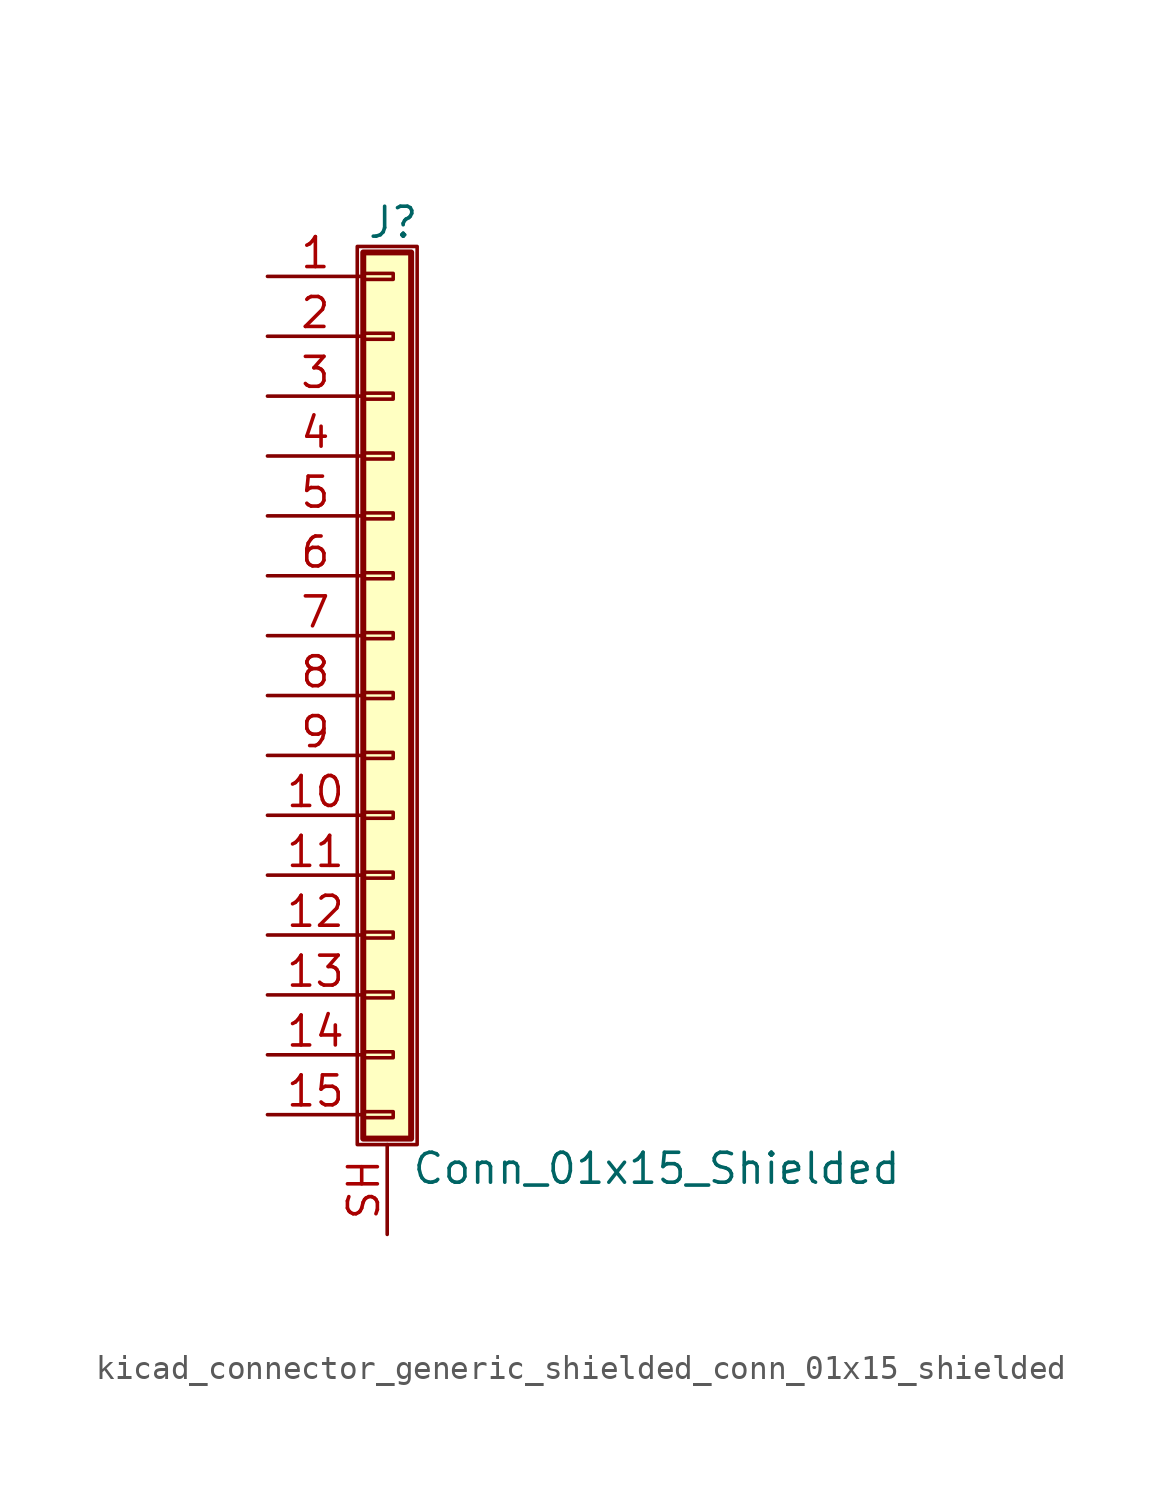
<source format=kicad_sym>
(kicad_symbol_lib
  (version 20220914)
  (generator kicad_symbol_editor)
  (symbol "kicad_connector_generic_shielded_conn_01x15_shielded"
    (pin_names
      (offset 1.016) hide)
    (property "Reference" "J"
      (at 0.254 20.066 0)
      (effects (font (size 1.27 1.27))))
    (property "Value" "Conn_01x15_Shielded"
      (at 1.016 -20.066 0)
      (effects (font (size 1.27 1.27)) (justify left)))
    (symbol "kicad_connector_generic_shielded_conn_01x15_shielded_1_1"
      (rectangle (start -1.27 19.05) (end 1.27 -19.05) (stroke (width 0.152) (type default)) (fill (type none)))
      (rectangle (start -1.016 -17.653) (end 0.254 -17.907) (stroke (width 0.152) (type default)) (fill (type none)))
      (rectangle (start -1.016 -15.113) (end 0.254 -15.367) (stroke (width 0.152) (type default)) (fill (type none)))
      (rectangle (start -1.016 -12.573) (end 0.254 -12.827) (stroke (width 0.152) (type default)) (fill (type none)))
      (rectangle (start -1.016 -10.033) (end 0.254 -10.287) (stroke (width 0.152) (type default)) (fill (type none)))
      (rectangle (start -1.016 -7.493) (end 0.254 -7.747) (stroke (width 0.152) (type default)) (fill (type none)))
      (rectangle (start -1.016 -4.953) (end 0.254 -5.207) (stroke (width 0.152) (type default)) (fill (type none)))
      (rectangle (start -1.016 -2.413) (end 0.254 -2.667) (stroke (width 0.152) (type default)) (fill (type none)))
      (rectangle (start -1.016 0.127) (end 0.254 -0.127) (stroke (width 0.152) (type default)) (fill (type none)))
      (rectangle (start -1.016 2.667) (end 0.254 2.413) (stroke (width 0.152) (type default)) (fill (type none)))
      (rectangle (start -1.016 5.207) (end 0.254 4.953) (stroke (width 0.152) (type default)) (fill (type none)))
      (rectangle (start -1.016 7.747) (end 0.254 7.493) (stroke (width 0.152) (type default)) (fill (type none)))
      (rectangle (start -1.016 10.287) (end 0.254 10.033) (stroke (width 0.152) (type default)) (fill (type none)))
      (rectangle (start -1.016 12.827) (end 0.254 12.573) (stroke (width 0.152) (type default)) (fill (type none)))
      (rectangle (start -1.016 15.367) (end 0.254 15.113) (stroke (width 0.152) (type default)) (fill (type none)))
      (rectangle (start -1.016 17.907) (end 0.254 17.653) (stroke (width 0.152) (type default)) (fill (type none)))
      (rectangle (start -1.016 18.796) (end 1.016 -18.796) (stroke (width 0.254) (type default)) (fill (type background)))
      (pin passive line (at -5.08 17.78 0) (length 4.064) (name "Pin_1" (effects (font (size 1.27 1.27)))) (number "1" (effects (font (size 1.27 1.27)))))
      (pin passive line (at -5.08 -5.08 0) (length 4.064) (name "Pin_10" (effects (font (size 1.27 1.27)))) (number "10" (effects (font (size 1.27 1.27)))))
      (pin passive line (at -5.08 -7.62 0) (length 4.064) (name "Pin_11" (effects (font (size 1.27 1.27)))) (number "11" (effects (font (size 1.27 1.27)))))
      (pin passive line (at -5.08 -10.16 0) (length 4.064) (name "Pin_12" (effects (font (size 1.27 1.27)))) (number "12" (effects (font (size 1.27 1.27)))))
      (pin passive line (at -5.08 -12.7 0) (length 4.064) (name "Pin_13" (effects (font (size 1.27 1.27)))) (number "13" (effects (font (size 1.27 1.27)))))
      (pin passive line (at -5.08 -15.24 0) (length 4.064) (name "Pin_14" (effects (font (size 1.27 1.27)))) (number "14" (effects (font (size 1.27 1.27)))))
      (pin passive line (at -5.08 -17.78 0) (length 4.064) (name "Pin_15" (effects (font (size 1.27 1.27)))) (number "15" (effects (font (size 1.27 1.27)))))
      (pin passive line (at -5.08 15.24 0) (length 4.064) (name "Pin_2" (effects (font (size 1.27 1.27)))) (number "2" (effects (font (size 1.27 1.27)))))
      (pin passive line (at -5.08 12.7 0) (length 4.064) (name "Pin_3" (effects (font (size 1.27 1.27)))) (number "3" (effects (font (size 1.27 1.27)))))
      (pin passive line (at -5.08 10.16 0) (length 4.064) (name "Pin_4" (effects (font (size 1.27 1.27)))) (number "4" (effects (font (size 1.27 1.27)))))
      (pin passive line (at -5.08 7.62 0) (length 4.064) (name "Pin_5" (effects (font (size 1.27 1.27)))) (number "5" (effects (font (size 1.27 1.27)))))
      (pin passive line (at -5.08 5.08 0) (length 4.064) (name "Pin_6" (effects (font (size 1.27 1.27)))) (number "6" (effects (font (size 1.27 1.27)))))
      (pin passive line (at -5.08 2.54 0) (length 4.064) (name "Pin_7" (effects (font (size 1.27 1.27)))) (number "7" (effects (font (size 1.27 1.27)))))
      (pin passive line (at -5.08 0 0) (length 4.064) (name "Pin_8" (effects (font (size 1.27 1.27)))) (number "8" (effects (font (size 1.27 1.27)))))
      (pin passive line (at -5.08 -2.54 0) (length 4.064) (name "Pin_9" (effects (font (size 1.27 1.27)))) (number "9" (effects (font (size 1.27 1.27)))))
      (pin passive line (at 0 -22.86 90) (length 3.81) (name "Shield" (effects (font (size 1.27 1.27)))) (number "SH" (effects (font (size 1.27 1.27))))))))
</source>
